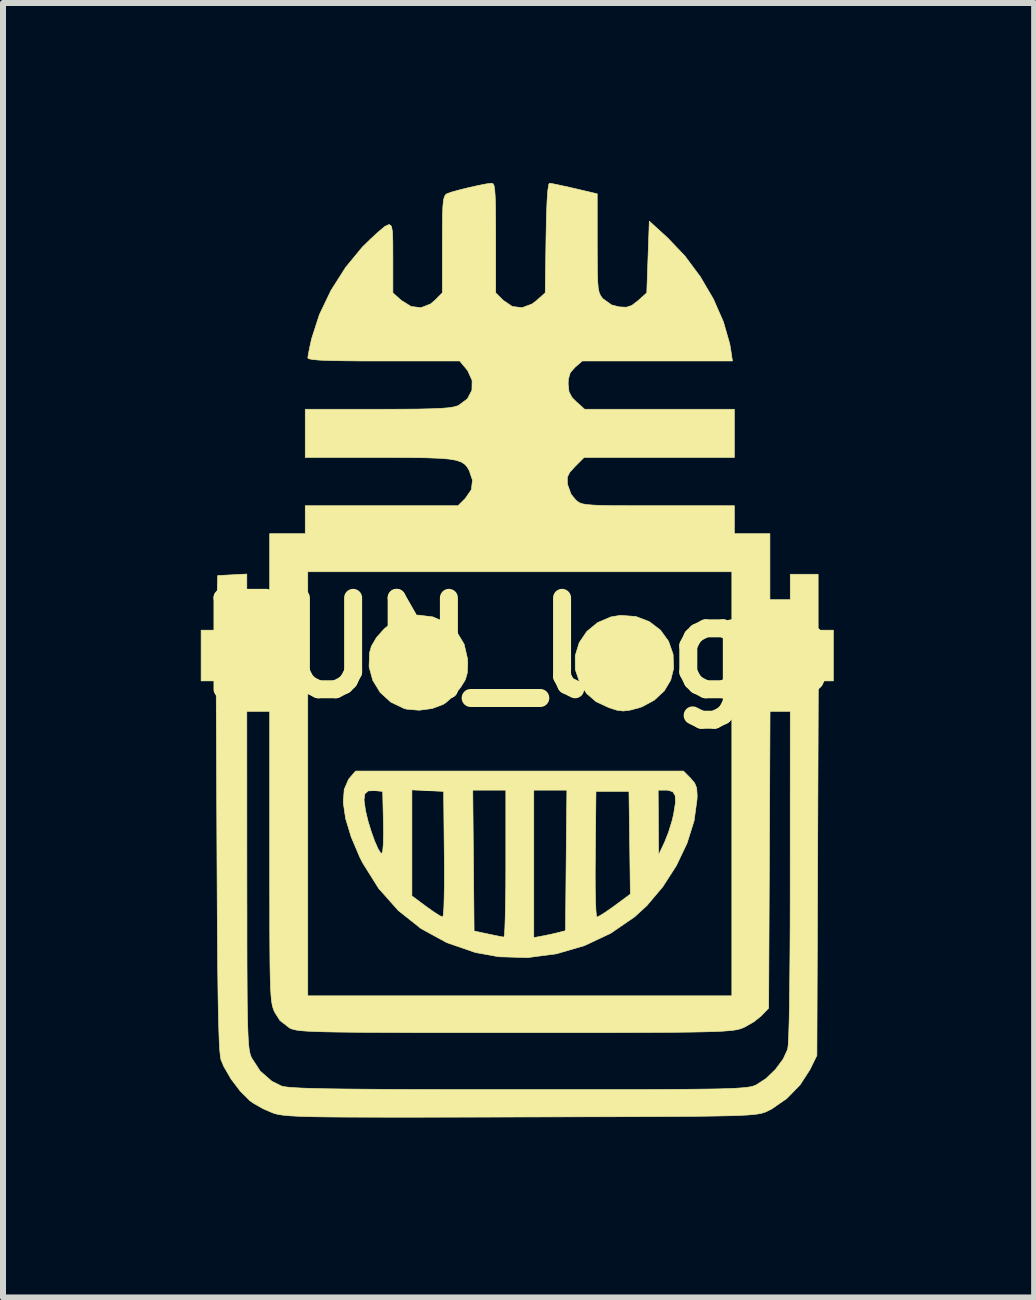
<source format=kicad_pcb>
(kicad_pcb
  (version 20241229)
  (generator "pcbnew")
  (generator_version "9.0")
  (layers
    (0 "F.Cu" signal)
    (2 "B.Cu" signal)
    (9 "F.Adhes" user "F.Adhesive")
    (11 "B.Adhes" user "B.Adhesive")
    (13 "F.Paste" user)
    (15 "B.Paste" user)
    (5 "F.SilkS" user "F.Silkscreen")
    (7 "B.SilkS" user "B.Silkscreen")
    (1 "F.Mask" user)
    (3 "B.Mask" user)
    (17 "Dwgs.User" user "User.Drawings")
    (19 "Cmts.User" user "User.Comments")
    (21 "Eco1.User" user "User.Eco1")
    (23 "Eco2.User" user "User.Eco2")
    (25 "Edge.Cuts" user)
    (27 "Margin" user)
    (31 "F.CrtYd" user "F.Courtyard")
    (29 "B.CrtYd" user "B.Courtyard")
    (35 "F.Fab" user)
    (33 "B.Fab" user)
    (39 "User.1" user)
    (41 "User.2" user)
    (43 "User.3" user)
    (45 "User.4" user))
  (footprint "FUN_logo"
    (layer "F.Cu")
    (at 5.595 7.752)
    (property "Reference" "FUN_logo" (at 0 0 0) (layer "F.SilkS") (effects (font (size 1.524 1.524) (thickness 0.3))))
    (attr through_hole)
    (fp_poly (pts (xy 1.956 -0.524) (xy 2.181 -0.438) (xy 2.366 -0.297) (xy 2.501 -0.111) (xy 2.577 0.106) (xy 2.585 0.344) (xy 2.537 0.537) (xy 2.43 0.716) (xy 2.263 0.871) (xy 2.062 0.98) (xy 2.015 0.996) (xy 1.858 1.038) (xy 1.744 1.052) (xy 1.638 1.038) (xy 1.505 0.995) (xy 1.291 0.895) (xy 1.135 0.76) (xy 1.024 0.59) (xy 0.946 0.36) (xy 0.945 0.13) (xy 1.011 -0.086) (xy 1.138 -0.274) (xy 1.317 -0.422) (xy 1.54 -0.517) (xy 1.699 -0.543) (xy 1.956 -0.524)) (stroke (width 0.01) (type solid)) (fill yes) (layer "F.SilkS"))
    (fp_poly (pts (xy -1.424 -0.516) (xy -1.205 -0.419) (xy -1.029 -0.266) (xy -0.907 -0.062) (xy -0.85 0.183) (xy -0.847 0.259) (xy -0.854 0.416) (xy -0.887 0.531) (xy -0.958 0.646) (xy -0.985 0.683) (xy -1.091 0.804) (xy -1.204 0.906) (xy -1.253 0.94) (xy -1.438 1.01) (xy -1.656 1.039) (xy -1.866 1.021) (xy -1.905 1.011) (xy -2.128 0.905) (xy -2.306 0.743) (xy -2.43 0.541) (xy -2.492 0.315) (xy -2.484 0.081) (xy -2.453 -0.029) (xy -2.37 -0.171) (xy -2.241 -0.316) (xy -2.093 -0.437) (xy -1.952 -0.507) (xy -1.949 -0.508) (xy -1.676 -0.548) (xy -1.424 -0.516)) (stroke (width 0.01) (type solid)) (fill yes) (layer "F.SilkS"))
    (fp_poly (pts (xy 2.867 2.171) (xy 2.936 2.252) (xy 2.97 2.336) (xy 2.978 2.457) (xy 2.976 2.522) (xy 2.927 2.882) (xy 2.809 3.257) (xy 2.632 3.629) (xy 2.405 3.982) (xy 2.138 4.298) (xy 1.935 4.484) (xy 1.536 4.758) (xy 1.097 4.964) (xy 0.631 5.1) (xy 0.152 5.163) (xy -0.329 5.149) (xy -0.72 5.078) (xy -1.196 4.914) (xy -1.626 4.679) (xy -2.005 4.378) (xy -2.221 4.134) (xy -1.778 4.134) (xy -1.54 4.311) (xy -1.416 4.399) (xy -1.318 4.462) (xy -1.265 4.487) (xy -1.264 4.487) (xy -1.254 4.447) (xy -1.245 4.332) (xy -1.24 4.153) (xy -1.236 3.92) (xy -1.236 3.644) (xy -1.238 3.44) (xy -1.249 2.392) (xy -1.513 2.379) (xy -1.693 2.371) (xy -0.763 2.371) (xy -0.741 4.72) (xy -0.508 4.769) (xy -0.375 4.797) (xy -0.277 4.816) (xy -0.243 4.822) (xy -0.235 4.782) (xy -0.228 4.669) (xy -0.222 4.491) (xy -0.217 4.261) (xy -0.213 3.987) (xy -0.212 3.682) (xy -0.212 3.598) (xy -0.212 2.371) (xy 0.254 2.371) (xy 0.254 4.83) (xy 0.413 4.8) (xy 0.55 4.772) (xy 0.669 4.744) (xy 0.677 4.742) (xy 0.783 4.714) (xy 0.792 3.748) (xy 1.278 3.748) (xy 1.279 4.015) (xy 1.284 4.231) (xy 1.291 4.387) (xy 1.3 4.473) (xy 1.307 4.487) (xy 1.357 4.464) (xy 1.455 4.402) (xy 1.582 4.313) (xy 1.605 4.296) (xy 1.864 4.105) (xy 1.853 3.249) (xy 1.841 2.392) (xy 1.291 2.392) (xy 1.28 3.44) (xy 1.278 3.748) (xy 0.792 3.748) (xy 0.794 3.542) (xy 0.806 2.371) (xy 2.328 2.371) (xy 2.335 3.45) (xy 2.435 3.239) (xy 2.501 3.072) (xy 2.561 2.877) (xy 2.586 2.769) (xy 2.616 2.582) (xy 2.612 2.462) (xy 2.57 2.396) (xy 2.486 2.372) (xy 2.457 2.371) (xy 2.328 2.371) (xy 0.806 2.371) (xy 0.254 2.371) (xy -0.212 2.371) (xy -0.763 2.371) (xy -1.693 2.371) (xy -1.778 2.367) (xy -1.778 4.134) (xy -2.221 4.134) (xy -2.33 4.013) (xy -2.598 3.585) (xy -2.645 3.493) (xy -2.79 3.152) (xy -2.883 2.845) (xy -2.922 2.578) (xy -2.919 2.533) (xy -2.576 2.533) (xy -2.553 2.7) (xy -2.549 2.722) (xy -2.509 2.889) (xy -2.456 3.061) (xy -2.399 3.22) (xy -2.344 3.345) (xy -2.299 3.418) (xy -2.282 3.429) (xy -2.265 3.389) (xy -2.255 3.275) (xy -2.251 3.098) (xy -2.253 2.91) (xy -2.265 2.392) (xy -2.403 2.379) (xy -2.506 2.384) (xy -2.562 2.431) (xy -2.576 2.533) (xy -2.919 2.533) (xy -2.906 2.358) (xy -2.835 2.193) (xy -2.819 2.172) (xy -2.717 2.053) (xy 2.75 2.053) (xy 2.867 2.171)) (stroke (width 0.01) (type solid)) (fill yes) (layer "F.SilkS"))
    (fp_poly (pts (xy 0.575 -7.738) (xy 0.695 -7.713) (xy 0.855 -7.678) (xy 0.937 -7.659) (xy 1.312 -7.571) (xy 1.312 -6.751) (xy 1.313 -6.467) (xy 1.315 -6.256) (xy 1.32 -6.104) (xy 1.329 -5.998) (xy 1.344 -5.926) (xy 1.366 -5.876) (xy 1.396 -5.834) (xy 1.408 -5.821) (xy 1.55 -5.719) (xy 1.677 -5.686) (xy 1.798 -5.68) (xy 1.889 -5.71) (xy 1.993 -5.79) (xy 1.994 -5.791) (xy 2.138 -5.92) (xy 2.159 -6.518) (xy 2.18 -7.115) (xy 2.486 -6.836) (xy 2.773 -6.535) (xy 3.031 -6.188) (xy 3.249 -5.816) (xy 3.416 -5.436) (xy 3.521 -5.07) (xy 3.536 -4.984) (xy 3.566 -4.784) (xy 1.063 -4.784) (xy 0.945 -4.682) (xy 0.863 -4.591) (xy 0.831 -4.481) (xy 0.827 -4.403) (xy 0.841 -4.271) (xy 0.893 -4.173) (xy 0.965 -4.102) (xy 1.102 -3.979) (xy 3.598 -3.979) (xy 3.598 -3.175) (xy 1.092 -3.175) (xy 0.943 -3.026) (xy 0.853 -2.927) (xy 0.814 -2.847) (xy 0.814 -2.754) (xy 0.819 -2.719) (xy 0.875 -2.564) (xy 0.953 -2.466) (xy 0.987 -2.439) (xy 1.023 -2.417) (xy 1.073 -2.401) (xy 1.145 -2.389) (xy 1.25 -2.381) (xy 1.397 -2.375) (xy 1.595 -2.372) (xy 1.856 -2.371) (xy 2.188 -2.371) (xy 2.331 -2.371) (xy 3.598 -2.371) (xy 3.598 -1.905) (xy 4.191 -1.905) (xy 4.191 -0.804) (xy 4.53 -0.804) (xy 4.53 -1.228) (xy 4.995 -1.228) (xy 4.995 -0.296) (xy 5.249 -0.296) (xy 5.249 0.55) (xy 4.998 0.55) (xy 4.986 3.672) (xy 4.974 6.795) (xy 4.857 7.033) (xy 4.692 7.287) (xy 4.47 7.514) (xy 4.218 7.688) (xy 4.156 7.719) (xy 4.122 7.735) (xy 4.086 7.748) (xy 4.044 7.76) (xy 3.99 7.77) (xy 3.92 7.779) (xy 3.826 7.787) (xy 3.705 7.793) (xy 3.551 7.799) (xy 3.358 7.803) (xy 3.121 7.807) (xy 2.836 7.81) (xy 2.495 7.812) (xy 2.095 7.814) (xy 1.63 7.816) (xy 1.094 7.817) (xy 0.483 7.819) (xy 0.042 7.82) (xy -0.624 7.822) (xy -1.211 7.823) (xy -1.723 7.824) (xy -2.168 7.824) (xy -2.549 7.823) (xy -2.872 7.822) (xy -3.143 7.82) (xy -3.367 7.817) (xy -3.549 7.813) (xy -3.695 7.807) (xy -3.81 7.801) (xy -3.9 7.793) (xy -3.969 7.784) (xy -4.023 7.774) (xy -4.068 7.762) (xy -4.098 7.752) (xy -4.26 7.682) (xy -4.418 7.592) (xy -4.479 7.549) (xy -4.639 7.39) (xy -4.793 7.187) (xy -4.915 6.976) (xy -4.961 6.866) (xy -4.971 6.811) (xy -4.981 6.711) (xy -4.99 6.562) (xy -4.997 6.36) (xy -5.004 6.1) (xy -5.01 5.779) (xy -5.015 5.39) (xy -5.019 4.932) (xy -5.023 4.398) (xy -5.026 3.785) (xy -5.027 3.63) (xy -5.039 1.058) (xy -4.53 1.058) (xy -4.529 3.863) (xy -4.528 4.421) (xy -4.528 4.9) (xy -4.527 5.308) (xy -4.525 5.65) (xy -4.523 5.933) (xy -4.519 6.163) (xy -4.514 6.347) (xy -4.508 6.49) (xy -4.501 6.6) (xy -4.492 6.682) (xy -4.481 6.744) (xy -4.468 6.791) (xy -4.453 6.829) (xy -4.449 6.837) (xy -4.307 7.055) (xy -4.113 7.224) (xy -3.952 7.304) (xy -3.911 7.314) (xy -3.843 7.323) (xy -3.746 7.331) (xy -3.614 7.338) (xy -3.441 7.344) (xy -3.224 7.349) (xy -2.956 7.353) (xy -2.634 7.356) (xy -2.252 7.359) (xy -1.805 7.361) (xy -1.288 7.362) (xy -0.697 7.363) (xy -0.026 7.363) (xy 0 7.363) (xy 0.654 7.363) (xy 1.229 7.363) (xy 1.73 7.363) (xy 2.163 7.362) (xy 2.532 7.36) (xy 2.844 7.358) (xy 3.104 7.355) (xy 3.316 7.352) (xy 3.487 7.347) (xy 3.622 7.341) (xy 3.727 7.334) (xy 3.806 7.326) (xy 3.865 7.317) (xy 3.909 7.306) (xy 3.945 7.293) (xy 3.961 7.286) (xy 4.124 7.181) (xy 4.283 7.028) (xy 4.412 6.854) (xy 4.487 6.691) (xy 4.496 6.617) (xy 4.504 6.463) (xy 4.511 6.233) (xy 4.517 5.932) (xy 4.521 5.565) (xy 4.525 5.135) (xy 4.528 4.648) (xy 4.529 4.109) (xy 4.529 3.799) (xy 4.53 1.058) (xy 4.193 1.058) (xy 4.17 6.006) (xy 4.046 6.135) (xy 3.927 6.231) (xy 3.778 6.317) (xy 3.729 6.339) (xy 3.69 6.352) (xy 3.643 6.364) (xy 3.582 6.374) (xy 3.502 6.382) (xy 3.398 6.39) (xy 3.262 6.396) (xy 3.091 6.401) (xy 2.878 6.405) (xy 2.619 6.408) (xy 2.306 6.41) (xy 1.935 6.412) (xy 1.501 6.413) (xy 0.997 6.413) (xy 0.418 6.413) (xy -0.064 6.413) (xy -0.7 6.413) (xy -1.257 6.413) (xy -1.741 6.413) (xy -2.157 6.411) (xy -2.51 6.41) (xy -2.806 6.407) (xy -3.05 6.404) (xy -3.249 6.4) (xy -3.407 6.395) (xy -3.53 6.389) (xy -3.624 6.382) (xy -3.694 6.373) (xy -3.746 6.362) (xy -3.784 6.351) (xy -3.816 6.337) (xy -3.819 6.335) (xy -3.978 6.211) (xy -4.062 6.079) (xy -4.081 6.038) (xy -4.096 5.995) (xy -4.109 5.941) (xy -4.12 5.87) (xy -4.128 5.775) (xy -4.135 5.649) (xy -4.14 5.485) (xy -4.144 5.275) (xy -4.146 5.014) (xy -4.148 4.694) (xy -4.148 4.308) (xy -4.149 3.85) (xy -4.149 3.479) (xy -4.149 1.058) (xy -4.53 1.058) (xy -5.039 1.058) (xy -5.041 0.55) (xy -5.292 0.55) (xy -5.292 -0.296) (xy -5.041 -0.296) (xy -5.029 -0.751) (xy -5.016 -1.206) (xy -4.53 -1.232) (xy -4.53 -0.804) (xy -4.149 -0.804) (xy -4.149 -1.27) (xy -3.514 -1.27) (xy -3.514 5.8) (xy 3.556 5.8) (xy 3.556 -1.27) (xy -3.514 -1.27) (xy -4.149 -1.27) (xy -4.149 -1.905) (xy -3.556 -1.905) (xy -3.556 -2.371) (xy -1.009 -2.371) (xy -0.886 -2.494) (xy -0.786 -2.64) (xy -0.768 -2.797) (xy -0.822 -2.957) (xy -0.857 -3.017) (xy -0.899 -3.064) (xy -0.958 -3.101) (xy -1.043 -3.129) (xy -1.163 -3.149) (xy -1.327 -3.162) (xy -1.544 -3.17) (xy -1.825 -3.174) (xy -2.177 -3.175) (xy -2.33 -3.175) (xy -3.556 -3.175) (xy -3.556 -3.979) (xy -2.345 -3.979) (xy -1.979 -3.98) (xy -1.689 -3.982) (xy -1.463 -3.987) (xy -1.293 -3.994) (xy -1.168 -4.004) (xy -1.079 -4.018) (xy -1.017 -4.036) (xy -0.997 -4.045) (xy -0.852 -4.153) (xy -0.777 -4.297) (xy -0.774 -4.46) (xy -0.848 -4.623) (xy -0.872 -4.653) (xy -0.981 -4.784) (xy -2.247 -4.784) (xy -2.625 -4.784) (xy -2.924 -4.787) (xy -3.154 -4.791) (xy -3.32 -4.798) (xy -3.431 -4.808) (xy -3.493 -4.82) (xy -3.513 -4.835) (xy -3.513 -4.837) (xy -3.503 -4.903) (xy -3.479 -5.024) (xy -3.449 -5.158) (xy -3.32 -5.557) (xy -3.127 -5.96) (xy -2.883 -6.344) (xy -2.604 -6.683) (xy -2.47 -6.814) (xy -2.326 -6.946) (xy -2.224 -7.03) (xy -2.157 -7.06) (xy -2.119 -7.03) (xy -2.101 -6.934) (xy -2.096 -6.765) (xy -2.095 -6.518) (xy -2.095 -6.512) (xy -2.095 -5.92) (xy -1.957 -5.796) (xy -1.792 -5.693) (xy -1.627 -5.672) (xy -1.468 -5.734) (xy -1.394 -5.796) (xy -1.27 -5.92) (xy -1.27 -6.726) (xy -1.269 -7.009) (xy -1.267 -7.218) (xy -1.261 -7.366) (xy -1.251 -7.464) (xy -1.236 -7.524) (xy -1.216 -7.557) (xy -1.196 -7.571) (xy -1.117 -7.6) (xy -0.982 -7.637) (xy -0.819 -7.677) (xy -0.656 -7.713) (xy -0.521 -7.739) (xy -0.447 -7.747) (xy -0.425 -7.738) (xy -0.408 -7.705) (xy -0.397 -7.637) (xy -0.389 -7.524) (xy -0.384 -7.356) (xy -0.382 -7.124) (xy -0.381 -6.834) (xy -0.381 -5.92) (xy -0.257 -5.796) (xy -0.105 -5.693) (xy 0.058 -5.672) (xy 0.225 -5.734) (xy 0.306 -5.796) (xy 0.445 -5.92) (xy 0.458 -6.833) (xy 0.465 -7.18) (xy 0.475 -7.445) (xy 0.488 -7.628) (xy 0.504 -7.727) (xy 0.516 -7.747) (xy 0.575 -7.738)) (stroke (width 0.01) (type solid)) (fill yes) (layer "F.SilkS")))
  (gr_rect
    (start -3 -3)
    (end 14.191 18.581)
    (stroke (width 0.1) (type default))
    (fill no)
    (layer "Edge.Cuts")))
</source>
